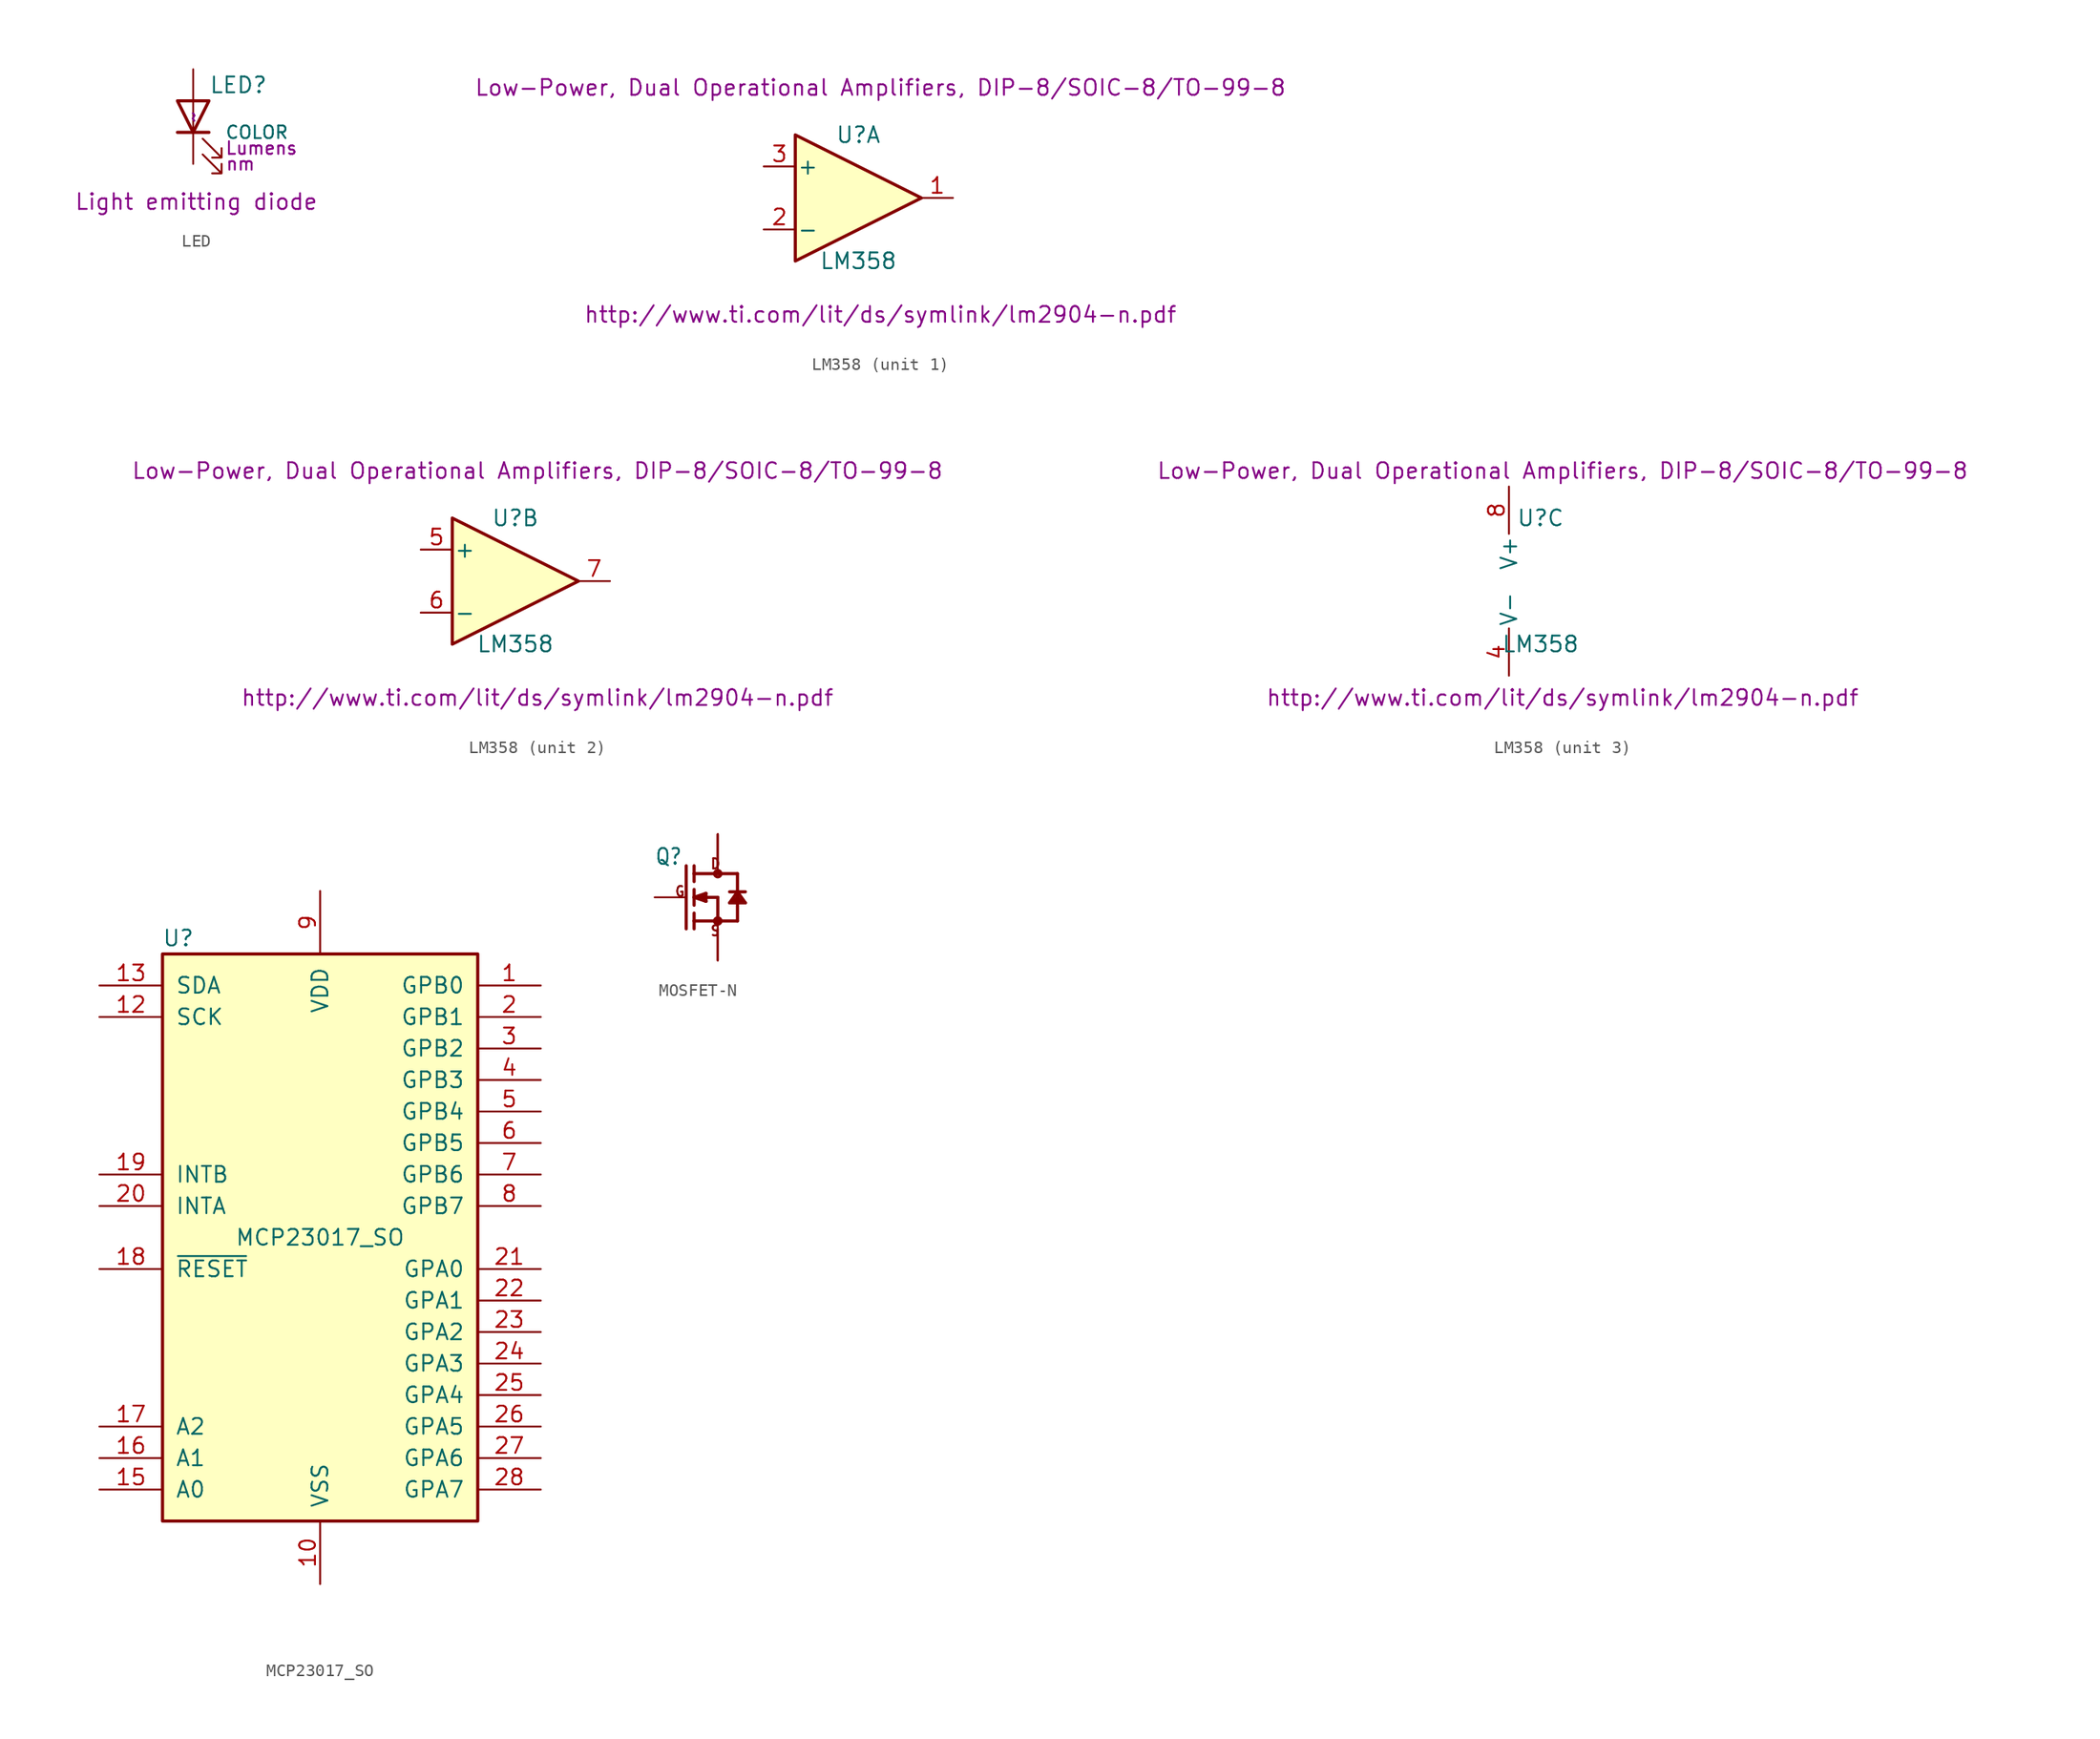
<source format=kicad_sym>
(kicad_symbol_lib
  (version 20241209)
  (generator "kicad_symbol_editor")
  (generator_version "9.0")
  (symbol "LED"
    (pin_numbers
      (hide yes))
    (pin_names
      (offset 1.016)
      (hide yes))
    (property "Reference" "LED"
      (at 1.27 2.54 0)
      (effects (font (size 1.27 1.27)) (justify left)))
    (property "Value" "COLOR"
      (at 2.54 -1.27 0)
      (effects (font (size 1.016 1.016)) (justify left)))
    (property "Footprint" ""
      (at 0 0 90)
      (effects (font (size 1.27 1.27))))
    (property "Datasheet" "~"
      (at 0 0 90)
      (effects (font (size 1.27 1.27))))
    (property "Description" "Light emitting diode"
      (at 0.254 -6.858 0)
      (effects (font (size 1.27 1.27))))
    (property "mcd" "Lumens"
      (at 2.54 -2.54 0)
      (effects (font (size 1.016 1.016)) (justify left)))
    (property "Wavelength" "nm"
      (at 3.81 -3.81 0)
      (effects (font (size 1.016 1.016))))
    (symbol "LED_0_1"
      (polyline (pts (xy 0 -1.27) (xy 0 1.27)) (stroke (width 0) (type default)) (fill (type none)))
      (polyline (pts (xy 0.762 -1.778) (xy 2.286 -3.302) (xy 2.286 -2.54) (xy 2.286 -3.302) (xy 1.524 -3.302)) (stroke (width 0) (type default)) (fill (type none)))
      (polyline (pts (xy 0.762 -3.048) (xy 2.286 -4.572) (xy 2.286 -3.81) (xy 2.286 -4.572) (xy 1.524 -4.572)) (stroke (width 0) (type default)) (fill (type none)))
      (polyline (pts (xy 1.27 1.27) (xy -1.27 1.27) (xy 0 -1.27) (xy 1.27 1.27)) (stroke (width 0.254) (type default)) (fill (type none)))
      (polyline (pts (xy 1.27 -1.27) (xy -1.27 -1.27)) (stroke (width 0.254) (type default)) (fill (type none))))
    (symbol "LED_1_1"
      (pin passive line (at 0 3.81 270) (length 2.54) (name "A" (effects (font (size 1.27 1.27)))) (number "2" (effects (font (size 1.27 1.27)))))
      (pin passive line (at 0 -3.81 90) (length 2.54) (name "K" (effects (font (size 1.27 1.27)))) (number "1" (effects (font (size 1.27 1.27)))))))
  (symbol "LM358"
    (pin_names
      (offset 0.127))
    (property "Reference" "U"
      (at 0 5.08 0)
      (effects (font (size 1.27 1.27))))
    (property "Value" "LM358"
      (at 0 -5.08 0)
      (effects (font (size 1.27 1.27))))
    (property "Footprint" ""
      (at 0 0 0)
      (effects (font (size 1.27 1.27))))
    (property "Datasheet" "http://www.ti.com/lit/ds/symlink/lm2904-n.pdf"
      (at 1.778 -9.398 0)
      (effects (font (size 1.27 1.27))))
    (property "Description" "Low-Power, Dual Operational Amplifiers, DIP-8/SOIC-8/TO-99-8"
      (at 1.778 8.89 0)
      (effects (font (size 1.27 1.27))))
    (property "ki_locked" ""
      (at 0 0 0)
      (effects (font (size 1.27 1.27))))
    (symbol "LM358_1_1"
      (polyline (pts (xy -5.08 5.08) (xy 5.08 0) (xy -5.08 -5.08) (xy -5.08 5.08)) (stroke (width 0.254) (type default)) (fill (type background)))
      (pin input line (at -7.62 2.54 0) (length 2.54) (name "+" (effects (font (size 1.27 1.27)))) (number "3" (effects (font (size 1.27 1.27)))))
      (pin input line (at -7.62 -2.54 0) (length 2.54) (name "-" (effects (font (size 1.27 1.27)))) (number "2" (effects (font (size 1.27 1.27)))))
      (pin output line (at 7.62 0 180) (length 2.54) (name "~" (effects (font (size 1.27 1.27)))) (number "1" (effects (font (size 1.27 1.27))))))
    (symbol "LM358_2_1"
      (polyline (pts (xy -5.08 5.08) (xy 5.08 0) (xy -5.08 -5.08) (xy -5.08 5.08)) (stroke (width 0.254) (type default)) (fill (type background)))
      (pin input line (at -7.62 2.54 0) (length 2.54) (name "+" (effects (font (size 1.27 1.27)))) (number "5" (effects (font (size 1.27 1.27)))))
      (pin input line (at -7.62 -2.54 0) (length 2.54) (name "-" (effects (font (size 1.27 1.27)))) (number "6" (effects (font (size 1.27 1.27)))))
      (pin output line (at 7.62 0 180) (length 2.54) (name "~" (effects (font (size 1.27 1.27)))) (number "7" (effects (font (size 1.27 1.27))))))
    (symbol "LM358_3_1"
      (pin power_in line (at -2.54 7.62 270) (length 3.81) (name "V+" (effects (font (size 1.27 1.27)))) (number "8" (effects (font (size 1.27 1.27)))))
      (pin power_in line (at -2.54 -7.62 90) (length 3.81) (name "V-" (effects (font (size 1.27 1.27)))) (number "4" (effects (font (size 1.27 1.27)))))))
  (symbol "MCP23017_SO"
    (pin_names
      (offset 1.016))
    (property "Reference" "U"
      (at -11.43 24.13 0)
      (effects (font (size 1.27 1.27))))
    (property "Value" "MCP23017_SO"
      (at 0 0 0)
      (effects (font (size 1.27 1.27))))
    (symbol "MCP23017_SO_0_1"
      (rectangle (start -12.7 22.86) (end 12.7 -22.86) (stroke (width 0.254) (type default)) (fill (type background))))
    (symbol "MCP23017_SO_1_1"
      (pin bidirectional line (at -17.78 20.32 0) (length 5.08) (name "SDA" (effects (font (size 1.27 1.27)))) (number "13" (effects (font (size 1.27 1.27)))))
      (pin input line (at -17.78 17.78 0) (length 5.08) (name "SCK" (effects (font (size 1.27 1.27)))) (number "12" (effects (font (size 1.27 1.27)))))
      (pin tri_state line (at -17.78 5.08 0) (length 5.08) (name "INTB" (effects (font (size 1.27 1.27)))) (number "19" (effects (font (size 1.27 1.27)))))
      (pin tri_state line (at -17.78 2.54 0) (length 5.08) (name "INTA" (effects (font (size 1.27 1.27)))) (number "20" (effects (font (size 1.27 1.27)))))
      (pin input line (at -17.78 -2.54 0) (length 5.08) (name "~{RESET}" (effects (font (size 1.27 1.27)))) (number "18" (effects (font (size 1.27 1.27)))))
      (pin input line (at -17.78 -15.24 0) (length 5.08) (name "A2" (effects (font (size 1.27 1.27)))) (number "17" (effects (font (size 1.27 1.27)))))
      (pin input line (at -17.78 -17.78 0) (length 5.08) (name "A1" (effects (font (size 1.27 1.27)))) (number "16" (effects (font (size 1.27 1.27)))))
      (pin input line (at -17.78 -20.32 0) (length 5.08) (name "A0" (effects (font (size 1.27 1.27)))) (number "15" (effects (font (size 1.27 1.27)))))
      (pin no_connect line (at -12.7 15.24 0) (length 5.08) (hide yes) (name "NC" (effects (font (size 1.27 1.27)))) (number "11" (effects (font (size 1.27 1.27)))))
      (pin no_connect line (at -12.7 12.7 0) (length 5.08) (hide yes) (name "NC" (effects (font (size 1.27 1.27)))) (number "14" (effects (font (size 1.27 1.27)))))
      (pin power_in line (at 0 27.94 270) (length 5.08) (name "VDD" (effects (font (size 1.27 1.27)))) (number "9" (effects (font (size 1.27 1.27)))))
      (pin power_in line (at 0 -27.94 90) (length 5.08) (name "VSS" (effects (font (size 1.27 1.27)))) (number "10" (effects (font (size 1.27 1.27)))))
      (pin bidirectional line (at 17.78 20.32 180) (length 5.08) (name "GPB0" (effects (font (size 1.27 1.27)))) (number "1" (effects (font (size 1.27 1.27)))))
      (pin bidirectional line (at 17.78 17.78 180) (length 5.08) (name "GPB1" (effects (font (size 1.27 1.27)))) (number "2" (effects (font (size 1.27 1.27)))))
      (pin bidirectional line (at 17.78 15.24 180) (length 5.08) (name "GPB2" (effects (font (size 1.27 1.27)))) (number "3" (effects (font (size 1.27 1.27)))))
      (pin bidirectional line (at 17.78 12.7 180) (length 5.08) (name "GPB3" (effects (font (size 1.27 1.27)))) (number "4" (effects (font (size 1.27 1.27)))))
      (pin bidirectional line (at 17.78 10.16 180) (length 5.08) (name "GPB4" (effects (font (size 1.27 1.27)))) (number "5" (effects (font (size 1.27 1.27)))))
      (pin bidirectional line (at 17.78 7.62 180) (length 5.08) (name "GPB5" (effects (font (size 1.27 1.27)))) (number "6" (effects (font (size 1.27 1.27)))))
      (pin bidirectional line (at 17.78 5.08 180) (length 5.08) (name "GPB6" (effects (font (size 1.27 1.27)))) (number "7" (effects (font (size 1.27 1.27)))))
      (pin bidirectional line (at 17.78 2.54 180) (length 5.08) (name "GPB7" (effects (font (size 1.27 1.27)))) (number "8" (effects (font (size 1.27 1.27)))))
      (pin bidirectional line (at 17.78 -2.54 180) (length 5.08) (name "GPA0" (effects (font (size 1.27 1.27)))) (number "21" (effects (font (size 1.27 1.27)))))
      (pin bidirectional line (at 17.78 -5.08 180) (length 5.08) (name "GPA1" (effects (font (size 1.27 1.27)))) (number "22" (effects (font (size 1.27 1.27)))))
      (pin bidirectional line (at 17.78 -7.62 180) (length 5.08) (name "GPA2" (effects (font (size 1.27 1.27)))) (number "23" (effects (font (size 1.27 1.27)))))
      (pin bidirectional line (at 17.78 -10.16 180) (length 5.08) (name "GPA3" (effects (font (size 1.27 1.27)))) (number "24" (effects (font (size 1.27 1.27)))))
      (pin bidirectional line (at 17.78 -12.7 180) (length 5.08) (name "GPA4" (effects (font (size 1.27 1.27)))) (number "25" (effects (font (size 1.27 1.27)))))
      (pin bidirectional line (at 17.78 -15.24 180) (length 5.08) (name "GPA5" (effects (font (size 1.27 1.27)))) (number "26" (effects (font (size 1.27 1.27)))))
      (pin bidirectional line (at 17.78 -17.78 180) (length 5.08) (name "GPA6" (effects (font (size 1.27 1.27)))) (number "27" (effects (font (size 1.27 1.27)))))
      (pin bidirectional line (at 17.78 -20.32 180) (length 5.08) (name "GPA7" (effects (font (size 1.27 1.27)))) (number "28" (effects (font (size 1.27 1.27)))))))
  (symbol "MOSFET-N"
    (property "Reference" "Q"
      (at -5.08 2.54 0)
      (effects (font (size 1.27 1.079)) (justify left bottom)))
    (property "Value" ""
      (at 0 2.54 0)
      (effects (font (size 1.27 1.079)) (justify left bottom)))
    (property "ki_locked" ""
      (at 0 0 0)
      (effects (font (size 1.27 1.27))))
    (symbol "MOSFET-N_1_0"
      (polyline (pts (xy -2.54 2.54) (xy -2.54 -2.54)) (stroke (width 0.254) (type solid)) (fill (type none)))
      (polyline (pts (xy -1.905 2.54) (xy -1.905 1.905)) (stroke (width 0.254) (type solid)) (fill (type none)))
      (polyline (pts (xy -1.905 1.905) (xy -1.905 1.27)) (stroke (width 0.254) (type solid)) (fill (type none)))
      (polyline (pts (xy -1.905 1.905) (xy 0 1.905)) (stroke (width 0.254) (type solid)) (fill (type none)))
      (polyline (pts (xy -1.905 0.635) (xy -1.905 0)) (stroke (width 0.254) (type solid)) (fill (type none)))
      (polyline (pts (xy -1.905 0) (xy -1.905 -0.635)) (stroke (width 0.254) (type solid)) (fill (type none)))
      (polyline (pts (xy -1.905 0) (xy -0.953 0.318)) (stroke (width 0.254) (type solid)) (fill (type none)))
      (polyline (pts (xy -1.905 0) (xy -0.953 -0.318)) (stroke (width 0.254) (type solid)) (fill (type none)))
      (polyline (pts (xy -1.905 -1.905) (xy -1.905 -1.27)) (stroke (width 0.254) (type solid)) (fill (type none)))
      (polyline (pts (xy -1.905 -1.905) (xy 0 -1.905)) (stroke (width 0.254) (type solid)) (fill (type none)))
      (polyline (pts (xy -1.905 -2.54) (xy -1.905 -1.905)) (stroke (width 0.254) (type solid)) (fill (type none)))
      (polyline (pts (xy -1.587 0) (xy -0.953 -0.318)) (stroke (width 0.254) (type solid)) (fill (type none)))
      (polyline (pts (xy -0.953 0.318) (xy -1.587 0)) (stroke (width 0.254) (type solid)) (fill (type none)))
      (polyline (pts (xy -0.953 -0.318) (xy -1.397 0.127)) (stroke (width 0.254) (type solid)) (fill (type none)))
      (polyline (pts (xy -0.953 -0.318) (xy -0.953 0.318)) (stroke (width 0.254) (type solid)) (fill (type none)))
      (polyline (pts (xy 0 2.54) (xy 0 1.905)) (stroke (width 0.152) (type solid)) (fill (type none)))
      (circle (center 0 1.905) (radius 0.254) (stroke (width 0.254) (type solid)) (fill (type none)))
      (polyline (pts (xy 0 1.905) (xy 1.587 1.905)) (stroke (width 0.254) (type solid)) (fill (type none)))
      (polyline (pts (xy 0 0) (xy -1.587 0)) (stroke (width 0.254) (type solid)) (fill (type none)))
      (polyline (pts (xy 0 0) (xy 0 -1.905)) (stroke (width 0.254) (type solid)) (fill (type none)))
      (polyline (pts (xy 0 -1.905) (xy 0 -2.54)) (stroke (width 0.152) (type solid)) (fill (type none)))
      (circle (center 0 -1.905) (radius 0.254) (stroke (width 0.254) (type solid)) (fill (type none)))
      (polyline (pts (xy 0.953 -0.445) (xy 1.587 0.445)) (stroke (width 0.254) (type solid)) (fill (type none)))
      (polyline (pts (xy 1.27 -0.445) (xy 0.953 -0.445)) (stroke (width 0.254) (type solid)) (fill (type none)))
      (polyline (pts (xy 1.587 0.445) (xy 0.953 0.445)) (stroke (width 0.254) (type solid)) (fill (type none)))
      (polyline (pts (xy 1.587 0.445) (xy 1.587 1.905)) (stroke (width 0.254) (type solid)) (fill (type none)))
      (polyline (pts (xy 1.587 0.445) (xy 2.223 -0.445)) (stroke (width 0.254) (type solid)) (fill (type none)))
      (polyline (pts (xy 1.587 0) (xy 1.27 -0.318)) (stroke (width 0.254) (type solid)) (fill (type none)))
      (polyline (pts (xy 1.587 0) (xy 1.27 -0.445)) (stroke (width 0.254) (type solid)) (fill (type none)))
      (polyline (pts (xy 1.587 0) (xy 1.587 0.445)) (stroke (width 0.254) (type solid)) (fill (type none)))
      (polyline (pts (xy 1.587 -1.905) (xy 0 -1.905)) (stroke (width 0.254) (type solid)) (fill (type none)))
      (polyline (pts (xy 1.587 -1.905) (xy 1.587 0)) (stroke (width 0.254) (type solid)) (fill (type none)))
      (polyline (pts (xy 1.905 -0.318) (xy 1.587 0)) (stroke (width 0.254) (type solid)) (fill (type none)))
      (polyline (pts (xy 1.905 -0.445) (xy 1.27 -0.445)) (stroke (width 0.254) (type solid)) (fill (type none)))
      (polyline (pts (xy 1.905 -0.445) (xy 1.587 0)) (stroke (width 0.254) (type solid)) (fill (type none)))
      (polyline (pts (xy 2.223 0.445) (xy 1.587 0.445)) (stroke (width 0.254) (type solid)) (fill (type none)))
      (polyline (pts (xy 2.223 -0.445) (xy 1.905 -0.445)) (stroke (width 0.254) (type solid)) (fill (type none)))
      (text "G" (at -3.493 0 0) (effects (font (size 0.813 0.691)) (justify left bottom)))
      (text "D" (at -0.635 2.223 0) (effects (font (size 0.813 0.691)) (justify left bottom)))
      (text "S" (at -0.635 -3.175 0) (effects (font (size 0.813 0.691)) (justify left bottom)))
      (pin passive line (at -5.08 0 0) (length 2.54) (name "G" (effects (font (size 0 0)))) (number "4" (effects (font (size 0 0)))))
      (pin passive line (at 0 5.08 270) (length 2.54) (name "D" (effects (font (size 0 0)))) (number "5" (effects (font (size 0 0)))))
      (pin passive line (at 0 5.08 270) (length 2.54) (name "D" (effects (font (size 0 0)))) (number "6" (effects (font (size 0 0)))))
      (pin passive line (at 0 5.08 270) (length 2.54) (name "D" (effects (font (size 0 0)))) (number "7" (effects (font (size 0 0)))))
      (pin passive line (at 0 5.08 270) (length 2.54) (name "D" (effects (font (size 0 0)))) (number "8" (effects (font (size 0 0)))))
      (pin passive line (at 0 -5.08 90) (length 2.54) (name "S" (effects (font (size 0 0)))) (number "1" (effects (font (size 0 0)))))
      (pin passive line (at 0 -5.08 90) (length 2.54) (name "S" (effects (font (size 0 0)))) (number "2" (effects (font (size 0 0)))))
      (pin passive line (at 0 -5.08 90) (length 2.54) (name "S" (effects (font (size 0 0)))) (number "3" (effects (font (size 0 0))))))))
</source>
